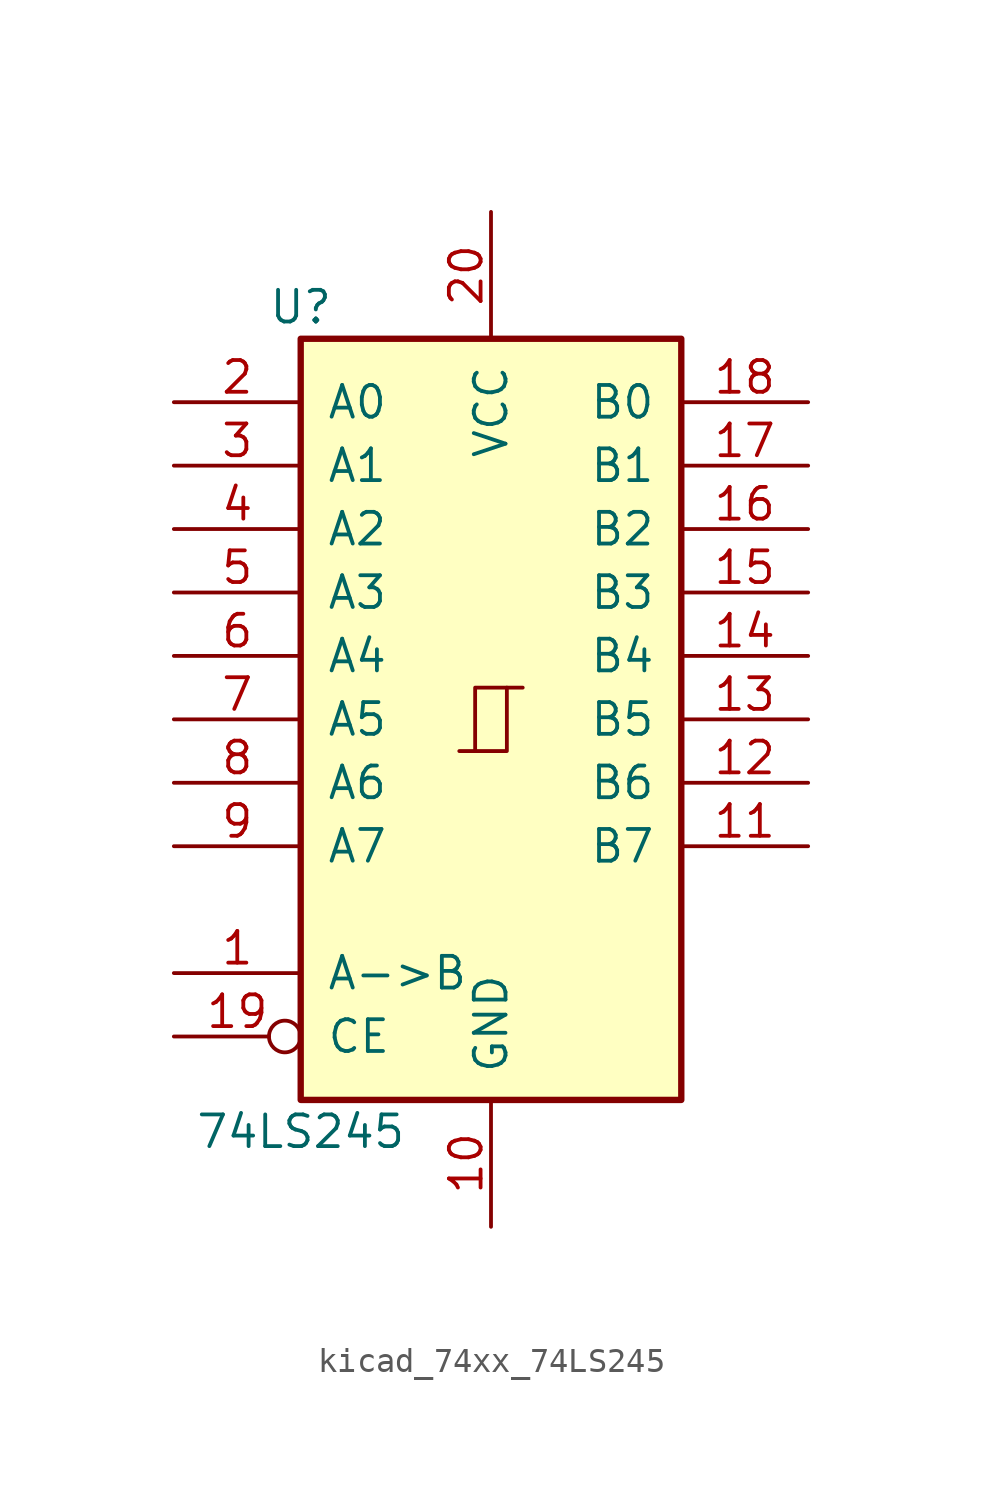
<source format=kicad_sym>
(kicad_symbol_lib
  (version 20220914)
  (generator kicad_symbol_editor)
  (symbol "kicad_74xx_74LS245"
    (pin_names
      (offset 1.016))
    (property "Reference" "U"
      (at -7.62 16.51 0)
      (effects (font (size 1.27 1.27))))
    (property "Value" "74LS245"
      (at -7.62 -16.51 0)
      (effects (font (size 1.27 1.27))))
    (property "ki_locked" ""
      (at 0 0 0)
      (effects (font (size 1.27 1.27))))
    (symbol "kicad_74xx_74LS245_1_0"
      (polyline (pts (xy -0.635 -1.27) (xy -0.635 1.27) (xy 0.635 1.27)) (stroke (width 0) (type default)) (fill (type none)))
      (polyline (pts (xy -1.27 -1.27) (xy 0.635 -1.27) (xy 0.635 1.27) (xy 1.27 1.27)) (stroke (width 0) (type default)) (fill (type none)))
      (pin input line (at -12.7 -10.16 0) (length 5.08) (name "A->B" (effects (font (size 1.27 1.27)))) (number "1" (effects (font (size 1.27 1.27)))))
      (pin power_in line (at 0 -20.32 90) (length 5.08) (name "GND" (effects (font (size 1.27 1.27)))) (number "10" (effects (font (size 1.27 1.27)))))
      (pin tri_state line (at 12.7 -5.08 180) (length 5.08) (name "B7" (effects (font (size 1.27 1.27)))) (number "11" (effects (font (size 1.27 1.27)))))
      (pin tri_state line (at 12.7 -2.54 180) (length 5.08) (name "B6" (effects (font (size 1.27 1.27)))) (number "12" (effects (font (size 1.27 1.27)))))
      (pin tri_state line (at 12.7 0 180) (length 5.08) (name "B5" (effects (font (size 1.27 1.27)))) (number "13" (effects (font (size 1.27 1.27)))))
      (pin tri_state line (at 12.7 2.54 180) (length 5.08) (name "B4" (effects (font (size 1.27 1.27)))) (number "14" (effects (font (size 1.27 1.27)))))
      (pin tri_state line (at 12.7 5.08 180) (length 5.08) (name "B3" (effects (font (size 1.27 1.27)))) (number "15" (effects (font (size 1.27 1.27)))))
      (pin tri_state line (at 12.7 7.62 180) (length 5.08) (name "B2" (effects (font (size 1.27 1.27)))) (number "16" (effects (font (size 1.27 1.27)))))
      (pin tri_state line (at 12.7 10.16 180) (length 5.08) (name "B1" (effects (font (size 1.27 1.27)))) (number "17" (effects (font (size 1.27 1.27)))))
      (pin tri_state line (at 12.7 12.7 180) (length 5.08) (name "B0" (effects (font (size 1.27 1.27)))) (number "18" (effects (font (size 1.27 1.27)))))
      (pin input inverted (at -12.7 -12.7 0) (length 5.08) (name "CE" (effects (font (size 1.27 1.27)))) (number "19" (effects (font (size 1.27 1.27)))))
      (pin tri_state line (at -12.7 12.7 0) (length 5.08) (name "A0" (effects (font (size 1.27 1.27)))) (number "2" (effects (font (size 1.27 1.27)))))
      (pin power_in line (at 0 20.32 270) (length 5.08) (name "VCC" (effects (font (size 1.27 1.27)))) (number "20" (effects (font (size 1.27 1.27)))))
      (pin tri_state line (at -12.7 10.16 0) (length 5.08) (name "A1" (effects (font (size 1.27 1.27)))) (number "3" (effects (font (size 1.27 1.27)))))
      (pin tri_state line (at -12.7 7.62 0) (length 5.08) (name "A2" (effects (font (size 1.27 1.27)))) (number "4" (effects (font (size 1.27 1.27)))))
      (pin tri_state line (at -12.7 5.08 0) (length 5.08) (name "A3" (effects (font (size 1.27 1.27)))) (number "5" (effects (font (size 1.27 1.27)))))
      (pin tri_state line (at -12.7 2.54 0) (length 5.08) (name "A4" (effects (font (size 1.27 1.27)))) (number "6" (effects (font (size 1.27 1.27)))))
      (pin tri_state line (at -12.7 0 0) (length 5.08) (name "A5" (effects (font (size 1.27 1.27)))) (number "7" (effects (font (size 1.27 1.27)))))
      (pin tri_state line (at -12.7 -2.54 0) (length 5.08) (name "A6" (effects (font (size 1.27 1.27)))) (number "8" (effects (font (size 1.27 1.27)))))
      (pin tri_state line (at -12.7 -5.08 0) (length 5.08) (name "A7" (effects (font (size 1.27 1.27)))) (number "9" (effects (font (size 1.27 1.27))))))
    (symbol "kicad_74xx_74LS245_1_1"
      (rectangle (start -7.62 15.24) (end 7.62 -15.24) (stroke (width 0.254) (type default)) (fill (type background))))))
</source>
